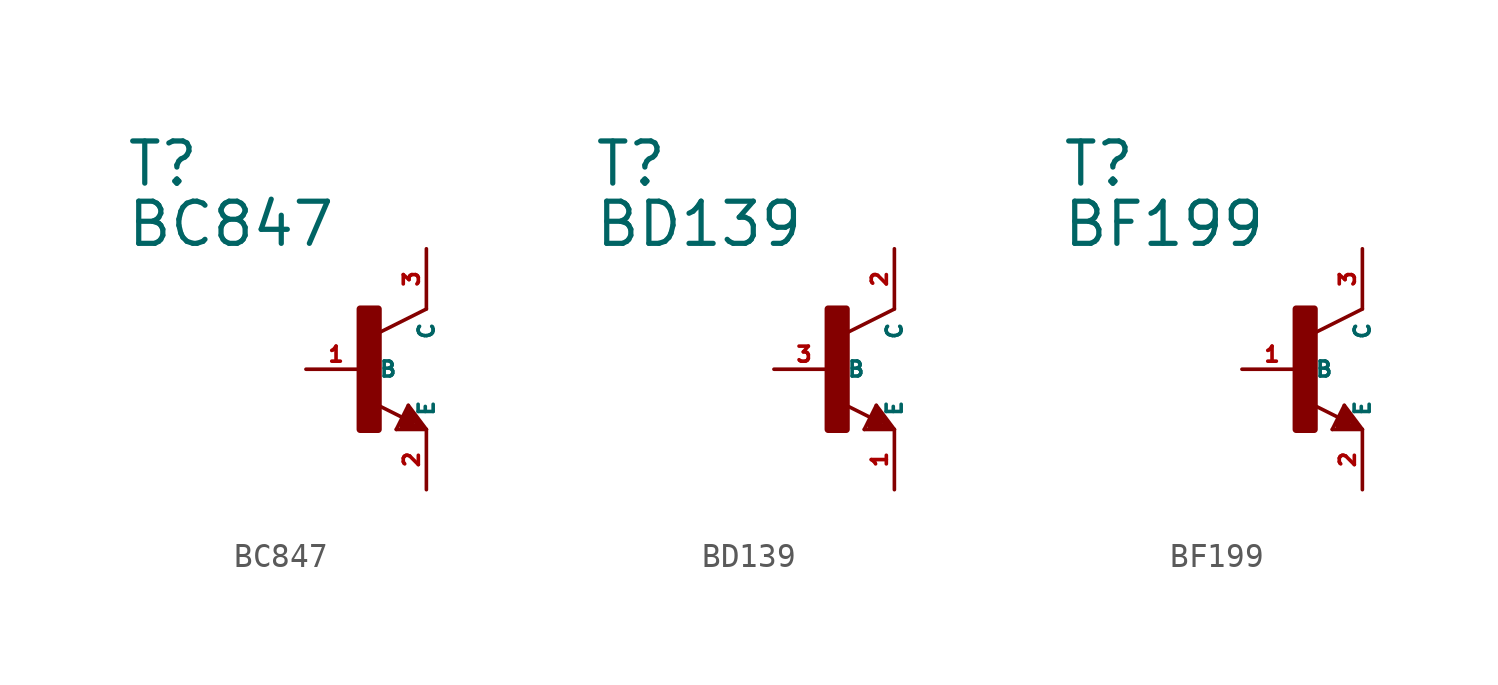
<source format=kicad_sym>
(kicad_symbol_lib
  (version 20220914)
  (generator Eagle2Kicad)
  (symbol "BC847"
    (property "Reference" "T"
      (at -10.16 7.62 0)
      (effects (font (size 1.778 1.778) (thickness 0.22)) (justify left bottom)))
    (property "Value" "BC847"
      (at -10.16 5.08 0)
      (effects (font (size 1.778 1.778) (thickness 0.22)) (justify left bottom)))
    (polyline
      (pts (xy 2.54 2.54) (xy 0.508 1.524))
      (stroke (width 0.152) (type default))
      (fill (type none)))
    (polyline
      (pts (xy 1.778 -1.524) (xy 2.54 -2.54))
      (stroke (width 0.152) (type default))
      (fill (type none)))
    (polyline
      (pts (xy 2.54 -2.54) (xy 1.27 -2.54))
      (stroke (width 0.152) (type default))
      (fill (type none)))
    (polyline
      (pts (xy 1.27 -2.54) (xy 1.778 -1.524))
      (stroke (width 0.152) (type default))
      (fill (type none)))
    (polyline
      (pts (xy 1.54 -2.04) (xy 0.308 -1.424))
      (stroke (width 0.152) (type default))
      (fill (type none)))
    (polyline
      (pts (xy 1.524 -2.413) (xy 2.286 -2.413))
      (stroke (width 0.254) (type default))
      (fill (type none)))
    (polyline
      (pts (xy 2.286 -2.413) (xy 1.778 -1.778))
      (stroke (width 0.254) (type default))
      (fill (type none)))
    (polyline
      (pts (xy 1.778 -1.778) (xy 1.524 -2.286))
      (stroke (width 0.254) (type default))
      (fill (type none)))
    (polyline
      (pts (xy 1.524 -2.286) (xy 1.905 -2.286))
      (stroke (width 0.254) (type default))
      (fill (type none)))
    (polyline
      (pts (xy 1.905 -2.286) (xy 1.778 -2.032))
      (stroke (width 0.254) (type default))
      (fill (type none)))
    (rectangle
      (start -0.254 -2.54)
      (end 0.508 2.54)
      (stroke (width 0.3) (type default))
      (fill (type outline)))
    (pin passive line
      (at -2.54 0 0)
      (length 2.54)
      (name "B" (effects (font (size 0.635 0.635) (thickness 0.08)) (justify left bottom)))
      (number "1" (effects (font (size 0.635 0.635) (thickness 0.08)) (justify left bottom))))
    (pin passive line
      (at 2.54 -5.08 90)
      (length 2.54)
      (name "E" (effects (font (size 0.635 0.635) (thickness 0.08)) (justify left bottom)))
      (number "2" (effects (font (size 0.635 0.635) (thickness 0.08)) (justify left bottom))))
    (pin passive line
      (at 2.54 5.08 270)
      (length 2.54)
      (name "C" (effects (font (size 0.635 0.635) (thickness 0.08)) (justify left bottom)))
      (number "3" (effects (font (size 0.635 0.635) (thickness 0.08)) (justify left bottom)))))
  (symbol "BD139"
    (property "Reference" "T"
      (at -10.16 7.62 0)
      (effects (font (size 1.778 1.778) (thickness 0.22)) (justify left bottom)))
    (property "Value" "BD139"
      (at -10.16 5.08 0)
      (effects (font (size 1.778 1.778) (thickness 0.22)) (justify left bottom)))
    (polyline
      (pts (xy 2.54 2.54) (xy 0.508 1.524))
      (stroke (width 0.152) (type default))
      (fill (type none)))
    (polyline
      (pts (xy 1.778 -1.524) (xy 2.54 -2.54))
      (stroke (width 0.152) (type default))
      (fill (type none)))
    (polyline
      (pts (xy 2.54 -2.54) (xy 1.27 -2.54))
      (stroke (width 0.152) (type default))
      (fill (type none)))
    (polyline
      (pts (xy 1.27 -2.54) (xy 1.778 -1.524))
      (stroke (width 0.152) (type default))
      (fill (type none)))
    (polyline
      (pts (xy 1.54 -2.04) (xy 0.308 -1.424))
      (stroke (width 0.152) (type default))
      (fill (type none)))
    (polyline
      (pts (xy 1.524 -2.413) (xy 2.286 -2.413))
      (stroke (width 0.254) (type default))
      (fill (type none)))
    (polyline
      (pts (xy 2.286 -2.413) (xy 1.778 -1.778))
      (stroke (width 0.254) (type default))
      (fill (type none)))
    (polyline
      (pts (xy 1.778 -1.778) (xy 1.524 -2.286))
      (stroke (width 0.254) (type default))
      (fill (type none)))
    (polyline
      (pts (xy 1.524 -2.286) (xy 1.905 -2.286))
      (stroke (width 0.254) (type default))
      (fill (type none)))
    (polyline
      (pts (xy 1.905 -2.286) (xy 1.778 -2.032))
      (stroke (width 0.254) (type default))
      (fill (type none)))
    (rectangle
      (start -0.254 -2.54)
      (end 0.508 2.54)
      (stroke (width 0.3) (type default))
      (fill (type outline)))
    (pin passive line
      (at -2.54 0 0)
      (length 2.54)
      (name "B" (effects (font (size 0.635 0.635) (thickness 0.08)) (justify left bottom)))
      (number "3" (effects (font (size 0.635 0.635) (thickness 0.08)) (justify left bottom))))
    (pin passive line
      (at 2.54 -5.08 90)
      (length 2.54)
      (name "E" (effects (font (size 0.635 0.635) (thickness 0.08)) (justify left bottom)))
      (number "1" (effects (font (size 0.635 0.635) (thickness 0.08)) (justify left bottom))))
    (pin passive line
      (at 2.54 5.08 270)
      (length 2.54)
      (name "C" (effects (font (size 0.635 0.635) (thickness 0.08)) (justify left bottom)))
      (number "2" (effects (font (size 0.635 0.635) (thickness 0.08)) (justify left bottom)))))
  (symbol "BF199"
    (property "Reference" "T"
      (at -10.16 7.62 0)
      (effects (font (size 1.778 1.778) (thickness 0.22)) (justify left bottom)))
    (property "Value" "BF199"
      (at -10.16 5.08 0)
      (effects (font (size 1.778 1.778) (thickness 0.22)) (justify left bottom)))
    (polyline
      (pts (xy 2.54 2.54) (xy 0.508 1.524))
      (stroke (width 0.152) (type default))
      (fill (type none)))
    (polyline
      (pts (xy 1.778 -1.524) (xy 2.54 -2.54))
      (stroke (width 0.152) (type default))
      (fill (type none)))
    (polyline
      (pts (xy 2.54 -2.54) (xy 1.27 -2.54))
      (stroke (width 0.152) (type default))
      (fill (type none)))
    (polyline
      (pts (xy 1.27 -2.54) (xy 1.778 -1.524))
      (stroke (width 0.152) (type default))
      (fill (type none)))
    (polyline
      (pts (xy 1.54 -2.04) (xy 0.308 -1.424))
      (stroke (width 0.152) (type default))
      (fill (type none)))
    (polyline
      (pts (xy 1.524 -2.413) (xy 2.286 -2.413))
      (stroke (width 0.254) (type default))
      (fill (type none)))
    (polyline
      (pts (xy 2.286 -2.413) (xy 1.778 -1.778))
      (stroke (width 0.254) (type default))
      (fill (type none)))
    (polyline
      (pts (xy 1.778 -1.778) (xy 1.524 -2.286))
      (stroke (width 0.254) (type default))
      (fill (type none)))
    (polyline
      (pts (xy 1.524 -2.286) (xy 1.905 -2.286))
      (stroke (width 0.254) (type default))
      (fill (type none)))
    (polyline
      (pts (xy 1.905 -2.286) (xy 1.778 -2.032))
      (stroke (width 0.254) (type default))
      (fill (type none)))
    (rectangle
      (start -0.254 -2.54)
      (end 0.508 2.54)
      (stroke (width 0.3) (type default))
      (fill (type outline)))
    (pin passive line
      (at -2.54 0 0)
      (length 2.54)
      (name "B" (effects (font (size 0.635 0.635) (thickness 0.08)) (justify left bottom)))
      (number "1" (effects (font (size 0.635 0.635) (thickness 0.08)) (justify left bottom))))
    (pin passive line
      (at 2.54 -5.08 90)
      (length 2.54)
      (name "E" (effects (font (size 0.635 0.635) (thickness 0.08)) (justify left bottom)))
      (number "2" (effects (font (size 0.635 0.635) (thickness 0.08)) (justify left bottom))))
    (pin passive line
      (at 2.54 5.08 270)
      (length 2.54)
      (name "C" (effects (font (size 0.635 0.635) (thickness 0.08)) (justify left bottom)))
      (number "3" (effects (font (size 0.635 0.635) (thickness 0.08)) (justify left bottom))))))
</source>
